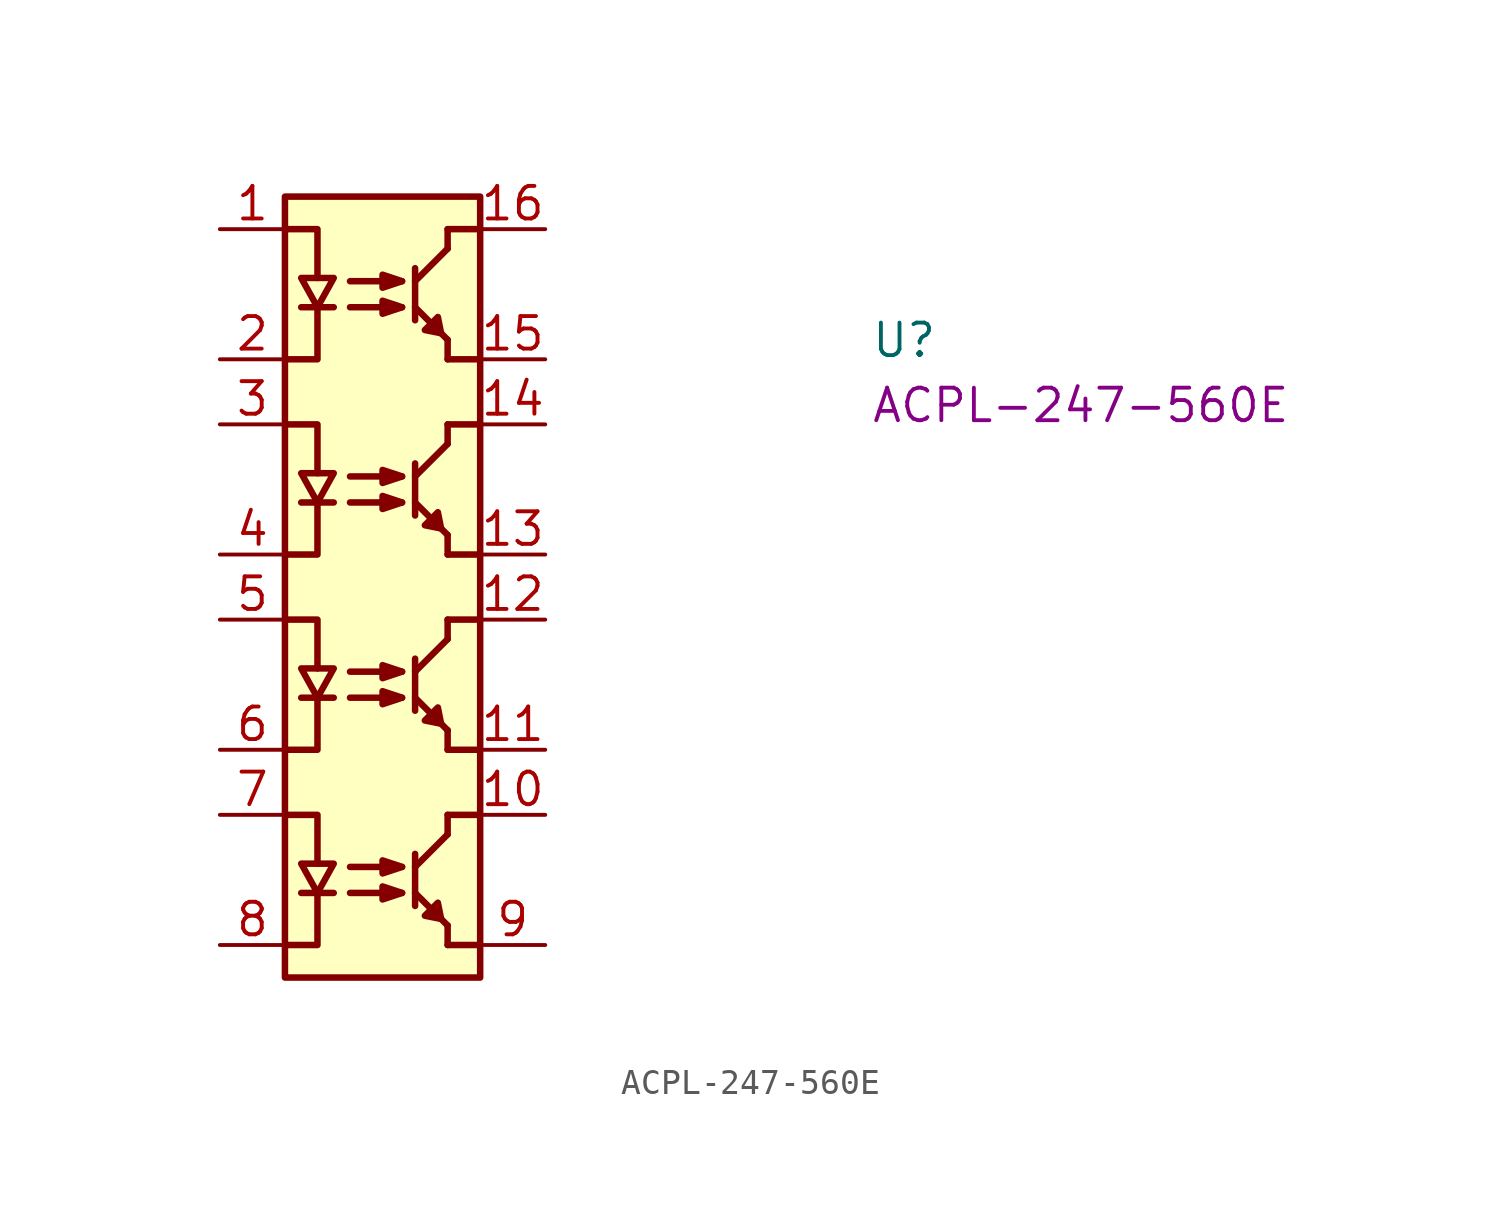
<source format=kicad_sym>
(kicad_symbol_lib
  (version 20220914)
  (generator kicad_symbol_editor)
  (symbol "ACPL-247-560E"
    (property "Reference" "U"
      (at 25.4 -5.08 0)
      (effects (font (size 1.27 1.27) (thickness 0.15)) (justify left bottom)))
    (property "MPN" "ACPL-247-560E"
      (at 25.4 -7.62 0)
      (effects (font (size 1.27 1.27) (thickness 0.15)) (justify left bottom)))
    (symbol "ACPL-247-560E_1_1"
      (polyline (pts (xy 3.175 -25.908) (xy 4.445 -25.908)) (stroke (width 0.254) (type default)) (fill (type background)))
      (polyline (pts (xy 3.175 -18.288) (xy 4.445 -18.288)) (stroke (width 0.254) (type default)) (fill (type background)))
      (polyline (pts (xy 3.175 -10.668) (xy 4.445 -10.668)) (stroke (width 0.254) (type default)) (fill (type background)))
      (polyline (pts (xy 3.175 -3.048) (xy 4.445 -3.048)) (stroke (width 0.254) (type default)) (fill (type background)))
      (polyline (pts (xy 5.08 -25.908) (xy 7.112 -25.908)) (stroke (width 0.254) (type default)) (fill (type background)))
      (polyline (pts (xy 5.08 -24.892) (xy 7.112 -24.892)) (stroke (width 0.254) (type default)) (fill (type background)))
      (polyline (pts (xy 5.08 -18.288) (xy 7.112 -18.288)) (stroke (width 0.254) (type default)) (fill (type background)))
      (polyline (pts (xy 5.08 -17.272) (xy 7.112 -17.272)) (stroke (width 0.254) (type default)) (fill (type background)))
      (polyline (pts (xy 5.08 -10.668) (xy 7.112 -10.668)) (stroke (width 0.254) (type default)) (fill (type background)))
      (polyline (pts (xy 5.08 -9.652) (xy 7.112 -9.652)) (stroke (width 0.254) (type default)) (fill (type background)))
      (polyline (pts (xy 5.08 -3.048) (xy 7.112 -3.048)) (stroke (width 0.254) (type default)) (fill (type background)))
      (polyline (pts (xy 5.08 -2.032) (xy 7.112 -2.032)) (stroke (width 0.254) (type default)) (fill (type background)))
      (polyline (pts (xy 7.62 -24.384) (xy 7.62 -26.416)) (stroke (width 0.254) (type default)) (fill (type background)))
      (polyline (pts (xy 7.62 -16.764) (xy 7.62 -18.796)) (stroke (width 0.254) (type default)) (fill (type background)))
      (polyline (pts (xy 7.62 -9.144) (xy 7.62 -11.176)) (stroke (width 0.254) (type default)) (fill (type background)))
      (polyline (pts (xy 7.62 -1.524) (xy 7.62 -3.556)) (stroke (width 0.254) (type default)) (fill (type background)))
      (polyline (pts (xy 8.89 -27.178) (xy 7.62 -25.908)) (stroke (width 0.254) (type default)) (fill (type background)))
      (polyline (pts (xy 8.89 -27.178) (xy 8.89 -27.94)) (stroke (width 0.254) (type default)) (fill (type background)))
      (polyline (pts (xy 8.89 -23.622) (xy 7.62 -24.892)) (stroke (width 0.254) (type default)) (fill (type background)))
      (polyline (pts (xy 8.89 -22.86) (xy 8.89 -23.622)) (stroke (width 0.254) (type default)) (fill (type background)))
      (polyline (pts (xy 8.89 -19.558) (xy 7.62 -18.288)) (stroke (width 0.254) (type default)) (fill (type background)))
      (polyline (pts (xy 8.89 -19.558) (xy 8.89 -20.32)) (stroke (width 0.254) (type default)) (fill (type background)))
      (polyline (pts (xy 8.89 -16.002) (xy 7.62 -17.272)) (stroke (width 0.254) (type default)) (fill (type background)))
      (polyline (pts (xy 8.89 -15.24) (xy 8.89 -16.002)) (stroke (width 0.254) (type default)) (fill (type background)))
      (polyline (pts (xy 8.89 -11.938) (xy 7.62 -10.668)) (stroke (width 0.254) (type default)) (fill (type background)))
      (polyline (pts (xy 8.89 -11.938) (xy 8.89 -12.7)) (stroke (width 0.254) (type default)) (fill (type background)))
      (polyline (pts (xy 8.89 -8.382) (xy 7.62 -9.652)) (stroke (width 0.254) (type default)) (fill (type background)))
      (polyline (pts (xy 8.89 -7.62) (xy 8.89 -8.382)) (stroke (width 0.254) (type default)) (fill (type background)))
      (polyline (pts (xy 8.89 -4.318) (xy 7.62 -3.048)) (stroke (width 0.254) (type default)) (fill (type background)))
      (polyline (pts (xy 8.89 -4.318) (xy 8.89 -5.08)) (stroke (width 0.254) (type default)) (fill (type background)))
      (polyline (pts (xy 8.89 -0.762) (xy 7.62 -2.032)) (stroke (width 0.254) (type default)) (fill (type background)))
      (polyline (pts (xy 8.89 0) (xy 8.89 -0.762)) (stroke (width 0.254) (type default)) (fill (type background)))
      (polyline (pts (xy 10.16 -27.94) (xy 8.89 -27.94)) (stroke (width 0.254) (type default)) (fill (type background)))
      (polyline (pts (xy 10.16 -22.86) (xy 8.89 -22.86)) (stroke (width 0.254) (type default)) (fill (type background)))
      (polyline (pts (xy 10.16 -20.32) (xy 8.89 -20.32)) (stroke (width 0.254) (type default)) (fill (type background)))
      (polyline (pts (xy 10.16 -15.24) (xy 8.89 -15.24)) (stroke (width 0.254) (type default)) (fill (type background)))
      (polyline (pts (xy 10.16 -12.7) (xy 8.89 -12.7)) (stroke (width 0.254) (type default)) (fill (type background)))
      (polyline (pts (xy 10.16 -7.62) (xy 8.89 -7.62)) (stroke (width 0.254) (type default)) (fill (type background)))
      (polyline (pts (xy 10.16 -5.08) (xy 8.89 -5.08)) (stroke (width 0.254) (type default)) (fill (type background)))
      (polyline (pts (xy 10.16 0) (xy 8.89 0)) (stroke (width 0.254) (type default)) (fill (type background)))
      (polyline (pts (xy 2.54 -27.94) (xy 3.81 -27.94) (xy 3.81 -26.035)) (stroke (width 0.254) (type default)) (fill (type background)))
      (polyline (pts (xy 2.54 -22.86) (xy 3.81 -22.86) (xy 3.81 -24.765)) (stroke (width 0.254) (type default)) (fill (type background)))
      (polyline (pts (xy 2.54 -20.32) (xy 3.81 -20.32) (xy 3.81 -18.415)) (stroke (width 0.254) (type default)) (fill (type background)))
      (polyline (pts (xy 2.54 -15.24) (xy 3.81 -15.24) (xy 3.81 -17.145)) (stroke (width 0.254) (type default)) (fill (type background)))
      (polyline (pts (xy 2.54 -12.7) (xy 3.81 -12.7) (xy 3.81 -10.795)) (stroke (width 0.254) (type default)) (fill (type background)))
      (polyline (pts (xy 2.54 -7.62) (xy 3.81 -7.62) (xy 3.81 -9.525)) (stroke (width 0.254) (type default)) (fill (type background)))
      (polyline (pts (xy 2.54 -5.08) (xy 3.81 -5.08) (xy 3.81 -3.175)) (stroke (width 0.254) (type default)) (fill (type background)))
      (polyline (pts (xy 2.54 0) (xy 3.81 0) (xy 3.81 -1.905)) (stroke (width 0.254) (type default)) (fill (type background)))
      (polyline (pts (xy 3.175 -24.765) (xy 4.445 -24.765) (xy 3.81 -25.908) (xy 3.175 -24.765)) (stroke (width 0.254) (type default)) (fill (type background)))
      (polyline (pts (xy 3.175 -17.145) (xy 4.445 -17.145) (xy 3.81 -18.288) (xy 3.175 -17.145)) (stroke (width 0.254) (type default)) (fill (type background)))
      (polyline (pts (xy 3.175 -9.525) (xy 4.445 -9.525) (xy 3.81 -10.668) (xy 3.175 -9.525)) (stroke (width 0.254) (type default)) (fill (type background)))
      (polyline (pts (xy 3.175 -1.905) (xy 4.445 -1.905) (xy 3.81 -3.048) (xy 3.175 -1.905)) (stroke (width 0.254) (type default)) (fill (type background)))
      (polyline (pts (xy 6.35 -25.654) (xy 6.35 -25.654) (xy 6.35 -26.162) (xy 7.112 -25.908) (xy 6.35 -25.654) (xy 6.35 -25.654)) (stroke (width 0.254) (type default)) (fill (type background)))
      (polyline (pts (xy 6.35 -24.638) (xy 6.35 -24.638) (xy 6.35 -25.146) (xy 7.112 -24.892) (xy 6.35 -24.638) (xy 6.35 -24.638)) (stroke (width 0.254) (type default)) (fill (type background)))
      (polyline (pts (xy 6.35 -18.034) (xy 6.35 -18.034) (xy 6.35 -18.542) (xy 7.112 -18.288) (xy 6.35 -18.034) (xy 6.35 -18.034)) (stroke (width 0.254) (type default)) (fill (type background)))
      (polyline (pts (xy 6.35 -17.018) (xy 6.35 -17.018) (xy 6.35 -17.526) (xy 7.112 -17.272) (xy 6.35 -17.018) (xy 6.35 -17.018)) (stroke (width 0.254) (type default)) (fill (type background)))
      (polyline (pts (xy 6.35 -10.414) (xy 6.35 -10.414) (xy 6.35 -10.922) (xy 7.112 -10.668) (xy 6.35 -10.414) (xy 6.35 -10.414)) (stroke (width 0.254) (type default)) (fill (type background)))
      (polyline (pts (xy 6.35 -9.398) (xy 6.35 -9.398) (xy 6.35 -9.906) (xy 7.112 -9.652) (xy 6.35 -9.398) (xy 6.35 -9.398)) (stroke (width 0.254) (type default)) (fill (type background)))
      (polyline (pts (xy 6.35 -2.794) (xy 6.35 -2.794) (xy 6.35 -3.302) (xy 7.112 -3.048) (xy 6.35 -2.794) (xy 6.35 -2.794)) (stroke (width 0.254) (type default)) (fill (type background)))
      (polyline (pts (xy 6.35 -1.778) (xy 6.35 -1.778) (xy 6.35 -2.286) (xy 7.112 -2.032) (xy 6.35 -1.778) (xy 6.35 -1.778)) (stroke (width 0.254) (type default)) (fill (type background)))
      (polyline (pts (xy 8.636 -26.924) (xy 8.636 -26.924) (xy 8.509 -26.289) (xy 8.001 -26.797) (xy 8.636 -26.924) (xy 8.636 -26.924)) (stroke (width 0.254) (type default)) (fill (type background)))
      (polyline (pts (xy 8.636 -19.304) (xy 8.636 -19.304) (xy 8.509 -18.669) (xy 8.001 -19.177) (xy 8.636 -19.304) (xy 8.636 -19.304)) (stroke (width 0.254) (type default)) (fill (type background)))
      (polyline (pts (xy 8.636 -11.684) (xy 8.636 -11.684) (xy 8.509 -11.049) (xy 8.001 -11.557) (xy 8.636 -11.684) (xy 8.636 -11.684)) (stroke (width 0.254) (type default)) (fill (type background)))
      (polyline (pts (xy 8.636 -4.064) (xy 8.636 -4.064) (xy 8.509 -3.429) (xy 8.001 -3.937) (xy 8.636 -4.064) (xy 8.636 -4.064)) (stroke (width 0.254) (type default)) (fill (type background)))
      (rectangle (start 2.54 1.27) (end 10.16 -29.21) (stroke (width 0.254) (type default)) (fill (type background)))
      (pin passive line (at 0 0 0) (length 2.54) (name "~" (effects (font (size 1.27 1.27)))) (number "1" (effects (font (size 1.27 1.27)))))
      (pin passive line (at 12.7 -22.86 180) (length 2.54) (name "~" (effects (font (size 1.27 1.27)))) (number "10" (effects (font (size 1.27 1.27)))))
      (pin passive line (at 12.7 -20.32 180) (length 2.54) (name "~" (effects (font (size 1.27 1.27)))) (number "11" (effects (font (size 1.27 1.27)))))
      (pin passive line (at 12.7 -15.24 180) (length 2.54) (name "~" (effects (font (size 1.27 1.27)))) (number "12" (effects (font (size 1.27 1.27)))))
      (pin passive line (at 12.7 -12.7 180) (length 2.54) (name "~" (effects (font (size 1.27 1.27)))) (number "13" (effects (font (size 1.27 1.27)))))
      (pin passive line (at 12.7 -7.62 180) (length 2.54) (name "~" (effects (font (size 1.27 1.27)))) (number "14" (effects (font (size 1.27 1.27)))))
      (pin passive line (at 12.7 -5.08 180) (length 2.54) (name "~" (effects (font (size 1.27 1.27)))) (number "15" (effects (font (size 1.27 1.27)))))
      (pin passive line (at 12.7 0 180) (length 2.54) (name "~" (effects (font (size 1.27 1.27)))) (number "16" (effects (font (size 1.27 1.27)))))
      (pin passive line (at 0 -5.08 0) (length 2.54) (name "~" (effects (font (size 1.27 1.27)))) (number "2" (effects (font (size 1.27 1.27)))))
      (pin passive line (at 0 -7.62 0) (length 2.54) (name "~" (effects (font (size 1.27 1.27)))) (number "3" (effects (font (size 1.27 1.27)))))
      (pin passive line (at 0 -12.7 0) (length 2.54) (name "~" (effects (font (size 1.27 1.27)))) (number "4" (effects (font (size 1.27 1.27)))))
      (pin passive line (at 0 -15.24 0) (length 2.54) (name "~" (effects (font (size 1.27 1.27)))) (number "5" (effects (font (size 1.27 1.27)))))
      (pin passive line (at 0 -20.32 0) (length 2.54) (name "~" (effects (font (size 1.27 1.27)))) (number "6" (effects (font (size 1.27 1.27)))))
      (pin passive line (at 0 -22.86 0) (length 2.54) (name "~" (effects (font (size 1.27 1.27)))) (number "7" (effects (font (size 1.27 1.27)))))
      (pin passive line (at 0 -27.94 0) (length 2.54) (name "~" (effects (font (size 1.27 1.27)))) (number "8" (effects (font (size 1.27 1.27)))))
      (pin passive line (at 12.7 -27.94 180) (length 2.54) (name "~" (effects (font (size 1.27 1.27)))) (number "9" (effects (font (size 1.27 1.27))))))))
</source>
